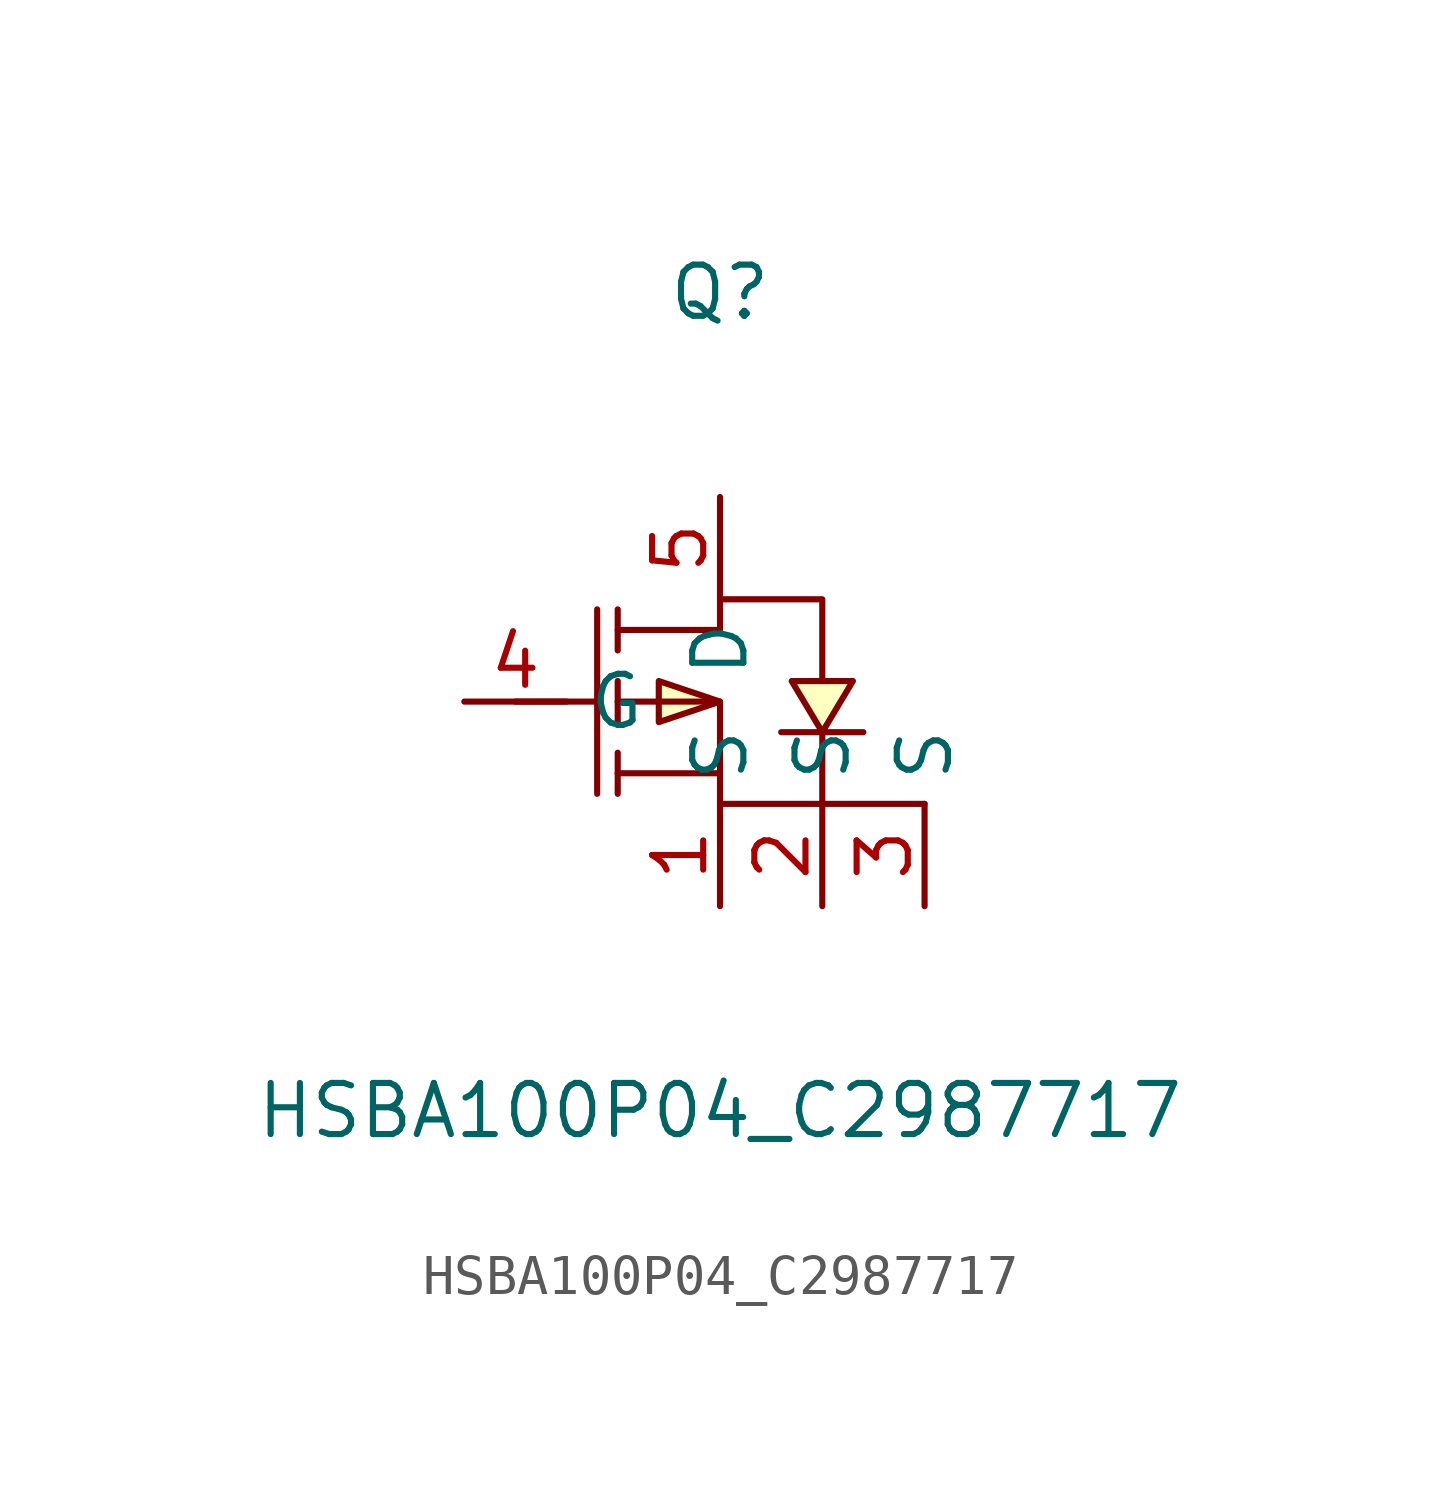
<source format=kicad_sym>
(kicad_symbol_lib
  (version 20211014)
  (generator https://github.com/uPesy/easyeda2kicad.py)
  (symbol "HSBA100P04_C2987717"
    (property "Reference" "Q"
      (at 0 10.16 0)
      (effects (font (size 1.27 1.27))))
    (property "Value" "HSBA100P04_C2987717"
      (at 0 -10.16 0)
      (effects (font (size 1.27 1.27))))
    (symbol "HSBA100P04_C2987717_0_1"
      (polyline (pts (xy -2.54 1.78) (xy 0.00 1.78) (xy 0.00 2.54) (xy 2.54 2.54) (xy 2.54 0.51)) (stroke (width 0) (type default) (color 0 0 0 0)) (fill (type none)))
      (polyline (pts (xy -2.54 -0.00) (xy 0.00 -0.00) (xy 0.00 -2.54) (xy 2.54 -2.54) (xy 2.54 -0.76)) (stroke (width 0) (type default) (color 0 0 0 0)) (fill (type none)))
      (polyline (pts (xy 0.00 -1.78) (xy -2.54 -1.78)) (stroke (width 0) (type default) (color 0 0 0 0)) (fill (type none)))
      (polyline (pts (xy -3.05 2.29) (xy -3.05 -2.29)) (stroke (width 0) (type default) (color 0 0 0 0)) (fill (type none)))
      (polyline (pts (xy -2.54 2.29) (xy -2.54 1.27)) (stroke (width 0) (type default) (color 0 0 0 0)) (fill (type none)))
      (polyline (pts (xy -2.54 -0.51) (xy -2.54 0.51)) (stroke (width 0) (type default) (color 0 0 0 0)) (fill (type none)))
      (polyline (pts (xy -2.54 -2.29) (xy -2.54 -1.27)) (stroke (width 0) (type default) (color 0 0 0 0)) (fill (type none)))
      (polyline (pts (xy -5.08 -0.00) (xy -3.05 -0.00)) (stroke (width 0) (type default) (color 0 0 0 0)) (fill (type none)))
      (polyline (pts (xy 3.56 -0.76) (xy 3.05 -0.76) (xy 2.03 -0.76) (xy 1.52 -0.76)) (stroke (width 0) (type default) (color 0 0 0 0)) (fill (type none)))
      (polyline (pts (xy 2.54 -2.54) (xy 5.08 -2.54)) (stroke (width 0) (type default) (color 0 0 0 0)) (fill (type none)))
      (polyline (pts (xy 0.00 -0.00) (xy -1.52 -0.51) (xy -1.52 0.51) (xy 0.00 -0.00)) (stroke (width 0) (type default) (color 0 0 0 0)) (fill (type background)))
      (polyline (pts (xy 2.54 -0.76) (xy 1.78 0.51) (xy 3.30 0.51) (xy 2.54 -0.76)) (stroke (width 0) (type default) (color 0 0 0 0)) (fill (type background)))
      (pin unspecified line (at 0.00 5.08 270) (length 2.54) (name "D" (effects (font (size 1.27 1.27)))) (number "5" (effects (font (size 1.27 1.27)))))
      (pin unspecified line (at -6.35 -0.00 0) (length 2.54) (name "G" (effects (font (size 1.27 1.27)))) (number "4" (effects (font (size 1.27 1.27)))))
      (pin unspecified line (at 0.00 -5.08 90) (length 2.54) (name "S" (effects (font (size 1.27 1.27)))) (number "1" (effects (font (size 1.27 1.27)))))
      (pin unspecified line (at 2.54 -5.08 90) (length 2.54) (name "S" (effects (font (size 1.27 1.27)))) (number "2" (effects (font (size 1.27 1.27)))))
      (pin unspecified line (at 5.08 -5.08 90) (length 2.54) (name "S" (effects (font (size 1.27 1.27)))) (number "3" (effects (font (size 1.27 1.27))))))))
</source>
